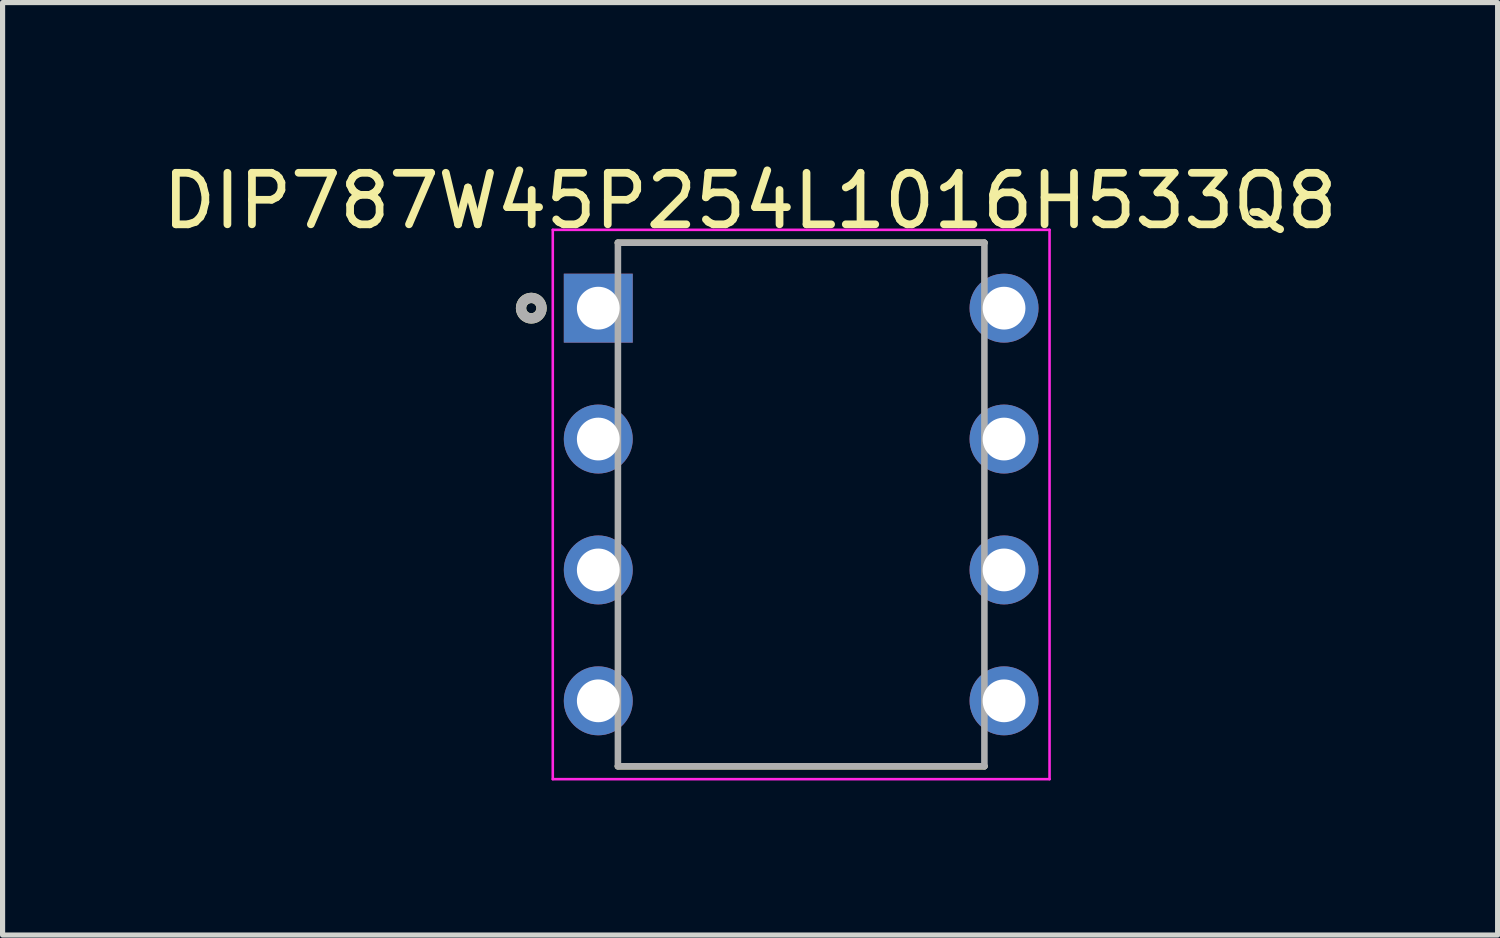
<source format=kicad_pcb>
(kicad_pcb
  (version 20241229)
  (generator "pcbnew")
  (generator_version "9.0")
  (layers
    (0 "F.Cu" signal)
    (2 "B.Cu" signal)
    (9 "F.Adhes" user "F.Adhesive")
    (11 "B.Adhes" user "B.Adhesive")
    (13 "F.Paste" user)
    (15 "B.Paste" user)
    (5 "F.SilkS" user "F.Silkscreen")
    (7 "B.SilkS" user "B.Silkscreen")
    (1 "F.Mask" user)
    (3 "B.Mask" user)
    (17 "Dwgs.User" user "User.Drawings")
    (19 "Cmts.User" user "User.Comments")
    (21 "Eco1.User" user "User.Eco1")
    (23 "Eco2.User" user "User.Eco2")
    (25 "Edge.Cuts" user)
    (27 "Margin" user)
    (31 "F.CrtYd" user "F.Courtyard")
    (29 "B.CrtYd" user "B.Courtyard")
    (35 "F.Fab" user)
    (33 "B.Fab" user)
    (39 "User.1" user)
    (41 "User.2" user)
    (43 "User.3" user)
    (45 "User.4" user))
  (footprint "DIP787W45P254L1016H533Q8"
    (layer "F.Cu")
    (at 12.497 6.74)
    (property "Reference" "DIP787W45P254L1016H533Q8" (at -0.991 -5.892 0) (layer "F.SilkS") (effects (font (size 1 1) (thickness 0.15))))
    (attr through_hole)
    (fp_line (start -3.556 -5.08) (end 3.556 -5.08) (stroke (width 0.127) (type solid)) (layer "F.SilkS"))
    (fp_line (start -3.556 5.08) (end 3.556 5.08) (stroke (width 0.127) (type solid)) (layer "F.SilkS"))
    (fp_circle (center -5.237 -3.81) (end -5.138 -3.81) (stroke (width 0.2) (type solid)) (fill no) (layer "F.SilkS"))
    (fp_line (start -4.82 -5.33) (end -4.82 5.33) (stroke (width 0.05) (type solid)) (layer "F.CrtYd"))
    (fp_line (start 4.82 -5.33) (end -4.82 -5.33) (stroke (width 0.05) (type solid)) (layer "F.CrtYd"))
    (fp_line (start 4.82 -5.33) (end 4.82 5.33) (stroke (width 0.05) (type solid)) (layer "F.CrtYd"))
    (fp_line (start 4.82 5.33) (end -4.82 5.33) (stroke (width 0.05) (type solid)) (layer "F.CrtYd"))
    (fp_line (start -3.556 -5.08) (end -3.556 5.08) (stroke (width 0.127) (type solid)) (layer "F.Fab"))
    (fp_line (start -3.556 -5.08) (end 3.556 -5.08) (stroke (width 0.127) (type solid)) (layer "F.Fab"))
    (fp_line (start -3.556 5.08) (end 3.556 5.08) (stroke (width 0.127) (type solid)) (layer "F.Fab"))
    (fp_line (start 3.556 -5.08) (end 3.556 5.08) (stroke (width 0.127) (type solid)) (layer "F.Fab"))
    (fp_circle (center -5.237 -3.81) (end -5.138 -3.81) (stroke (width 0.2) (type solid)) (fill no) (layer "F.Fab"))
    (pad "1" thru_hole rect (at -3.937 -3.81) (size 1.338 1.338) (drill 0.83) (layers "*.Cu" "*.Mask"))
    (pad "2" thru_hole circle (at -3.937 -1.27) (size 1.338 1.338) (drill 0.83) (layers "*.Cu" "*.Mask"))
    (pad "3" thru_hole circle (at -3.937 1.27) (size 1.338 1.338) (drill 0.83) (layers "*.Cu" "*.Mask"))
    (pad "4" thru_hole circle (at -3.937 3.81) (size 1.338 1.338) (drill 0.83) (layers "*.Cu" "*.Mask"))
    (pad "5" thru_hole circle (at 3.937 3.81) (size 1.338 1.338) (drill 0.83) (layers "*.Cu" "*.Mask"))
    (pad "6" thru_hole circle (at 3.937 1.27) (size 1.338 1.338) (drill 0.83) (layers "*.Cu" "*.Mask"))
    (pad "7" thru_hole circle (at 3.937 -1.27) (size 1.338 1.338) (drill 0.83) (layers "*.Cu" "*.Mask"))
    (pad "8" thru_hole circle (at 3.937 -3.81) (size 1.338 1.338) (drill 0.83) (layers "*.Cu" "*.Mask")))
  (gr_rect
    (start -3 -3)
    (end 26.012 15.095)
    (stroke (width 0.1) (type default))
    (fill no)
    (layer "Edge.Cuts")))
</source>
